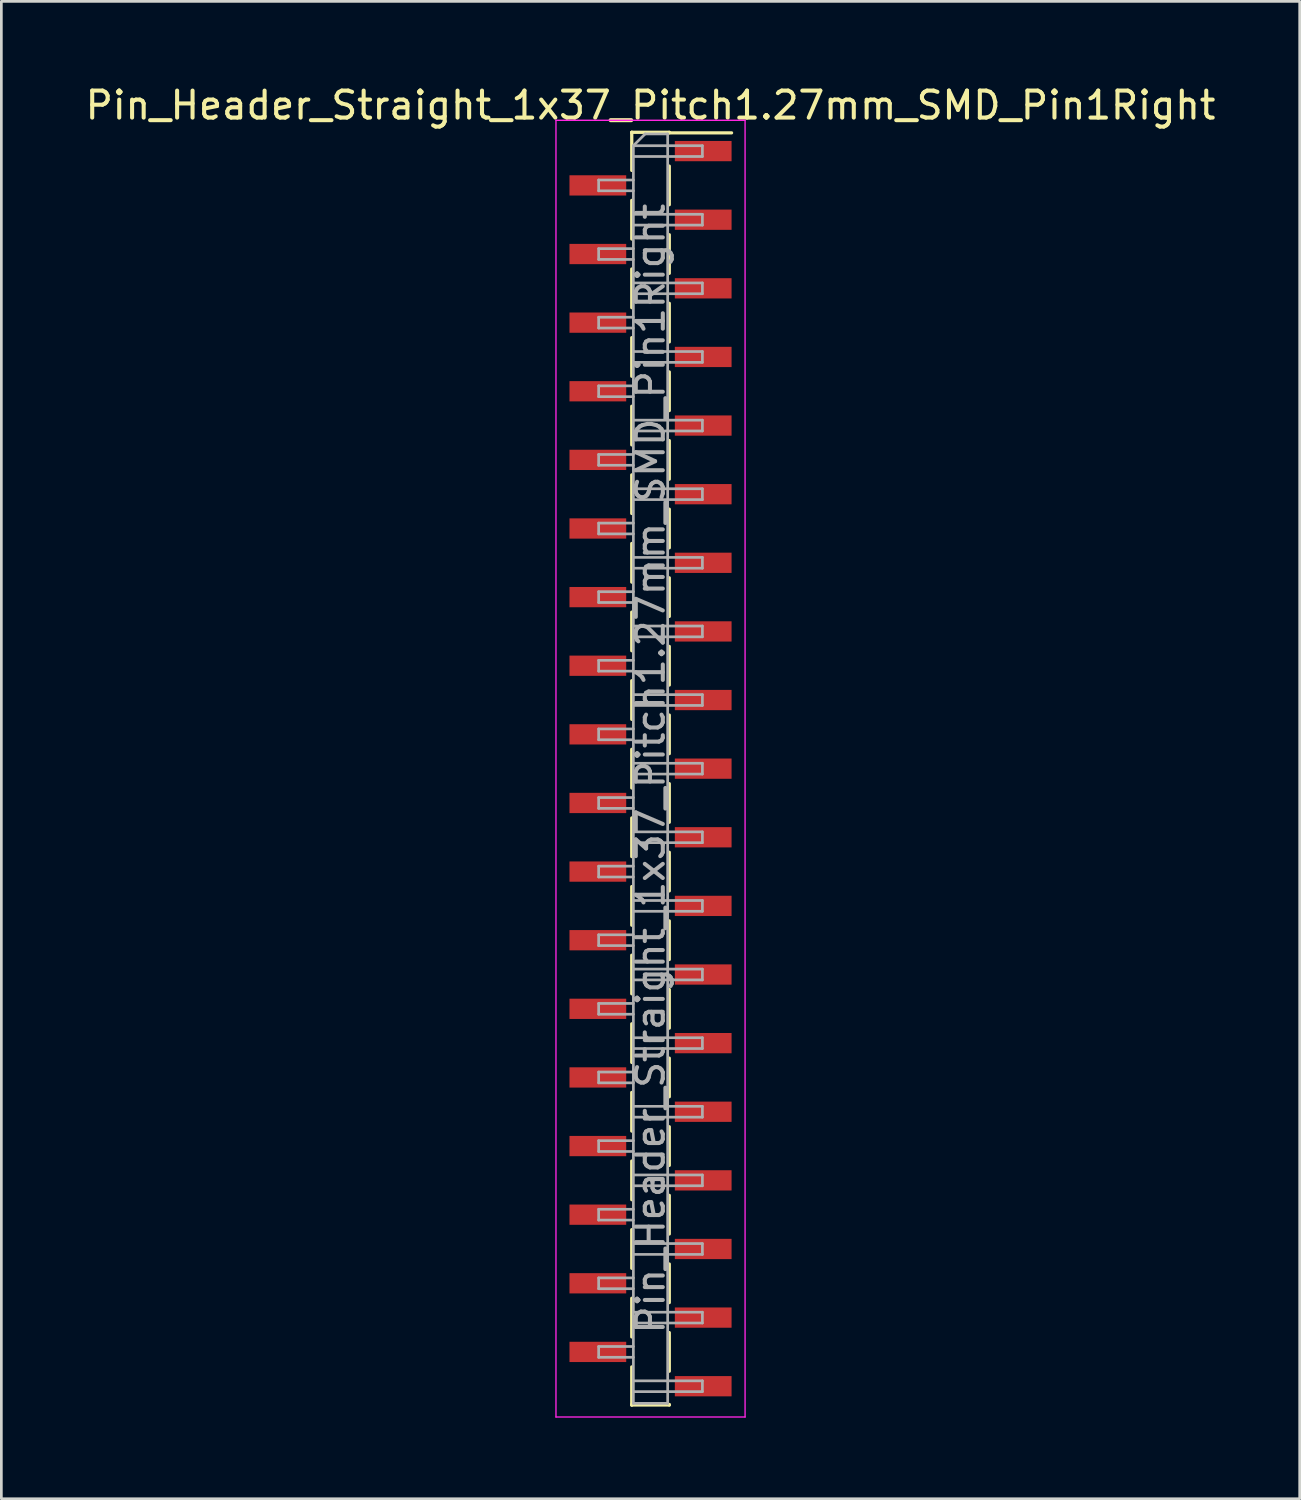
<source format=kicad_pcb>
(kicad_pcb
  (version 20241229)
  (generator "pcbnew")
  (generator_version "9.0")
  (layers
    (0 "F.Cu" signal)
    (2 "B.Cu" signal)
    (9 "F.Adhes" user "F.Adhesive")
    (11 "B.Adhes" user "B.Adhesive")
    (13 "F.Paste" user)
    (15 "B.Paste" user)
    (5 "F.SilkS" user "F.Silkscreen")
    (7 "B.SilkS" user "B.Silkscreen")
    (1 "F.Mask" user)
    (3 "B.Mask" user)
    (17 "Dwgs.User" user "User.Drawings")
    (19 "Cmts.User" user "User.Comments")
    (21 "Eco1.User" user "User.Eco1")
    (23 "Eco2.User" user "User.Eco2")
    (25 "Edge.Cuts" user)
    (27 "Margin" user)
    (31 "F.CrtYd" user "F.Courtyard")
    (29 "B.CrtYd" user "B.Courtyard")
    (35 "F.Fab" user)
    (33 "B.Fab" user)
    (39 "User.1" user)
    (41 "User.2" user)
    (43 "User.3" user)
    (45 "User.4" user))
  (footprint "Pin_Header_Straight_1x37_Pitch1.27mm_SMD_Pin1Right"
    (layer "F.Cu")
    (at 21.03 25.403)
    (property "Reference" "Pin_Header_Straight_1x37_Pitch1.27mm_SMD_Pin1Right" (at 0 -24.555 0) (layer "F.SilkS") (effects (font (size 1 1) (thickness 0.15))))
    (attr smd)
    (fp_line (start -0.695 -23.555) (end -0.695 -22.145) (stroke (width 0.12) (type solid)) (layer "F.SilkS"))
    (fp_line (start -0.695 -23.555) (end 0.695 -23.555) (stroke (width 0.12) (type solid)) (layer "F.SilkS"))
    (fp_line (start -0.695 -23.535) (end -0.695 -23.555) (stroke (width 0.12) (type solid)) (layer "F.SilkS"))
    (fp_line (start -0.695 -21.035) (end -0.695 -19.605) (stroke (width 0.12) (type solid)) (layer "F.SilkS"))
    (fp_line (start -0.695 -18.495) (end -0.695 -17.065) (stroke (width 0.12) (type solid)) (layer "F.SilkS"))
    (fp_line (start -0.695 -15.955) (end -0.695 -14.525) (stroke (width 0.12) (type solid)) (layer "F.SilkS"))
    (fp_line (start -0.695 -13.415) (end -0.695 -11.985) (stroke (width 0.12) (type solid)) (layer "F.SilkS"))
    (fp_line (start -0.695 -10.875) (end -0.695 -9.445) (stroke (width 0.12) (type solid)) (layer "F.SilkS"))
    (fp_line (start -0.695 -8.335) (end -0.695 -6.905) (stroke (width 0.12) (type solid)) (layer "F.SilkS"))
    (fp_line (start -0.695 -5.795) (end -0.695 -4.365) (stroke (width 0.12) (type solid)) (layer "F.SilkS"))
    (fp_line (start -0.695 -3.255) (end -0.695 -1.825) (stroke (width 0.12) (type solid)) (layer "F.SilkS"))
    (fp_line (start -0.695 -0.715) (end -0.695 0.715) (stroke (width 0.12) (type solid)) (layer "F.SilkS"))
    (fp_line (start -0.695 1.825) (end -0.695 3.255) (stroke (width 0.12) (type solid)) (layer "F.SilkS"))
    (fp_line (start -0.695 4.365) (end -0.695 5.795) (stroke (width 0.12) (type solid)) (layer "F.SilkS"))
    (fp_line (start -0.695 6.905) (end -0.695 8.335) (stroke (width 0.12) (type solid)) (layer "F.SilkS"))
    (fp_line (start -0.695 9.445) (end -0.695 10.875) (stroke (width 0.12) (type solid)) (layer "F.SilkS"))
    (fp_line (start -0.695 11.985) (end -0.695 13.415) (stroke (width 0.12) (type solid)) (layer "F.SilkS"))
    (fp_line (start -0.695 14.525) (end -0.695 15.955) (stroke (width 0.12) (type solid)) (layer "F.SilkS"))
    (fp_line (start -0.695 17.065) (end -0.695 18.495) (stroke (width 0.12) (type solid)) (layer "F.SilkS"))
    (fp_line (start -0.695 19.605) (end -0.695 21.035) (stroke (width 0.12) (type solid)) (layer "F.SilkS"))
    (fp_line (start -0.695 22.145) (end -0.695 23.555) (stroke (width 0.12) (type solid)) (layer "F.SilkS"))
    (fp_line (start -0.695 23.535) (end -0.695 23.555) (stroke (width 0.12) (type solid)) (layer "F.SilkS"))
    (fp_line (start -0.695 23.555) (end 0.695 23.555) (stroke (width 0.12) (type solid)) (layer "F.SilkS"))
    (fp_line (start 0.695 -23.555) (end 0.695 -23.535) (stroke (width 0.12) (type solid)) (layer "F.SilkS"))
    (fp_line (start 0.695 -23.535) (end 3 -23.535) (stroke (width 0.12) (type solid)) (layer "F.SilkS"))
    (fp_line (start 0.695 -22.305) (end 0.695 -20.875) (stroke (width 0.12) (type solid)) (layer "F.SilkS"))
    (fp_line (start 0.695 -19.765) (end 0.695 -18.335) (stroke (width 0.12) (type solid)) (layer "F.SilkS"))
    (fp_line (start 0.695 -17.225) (end 0.695 -15.795) (stroke (width 0.12) (type solid)) (layer "F.SilkS"))
    (fp_line (start 0.695 -14.685) (end 0.695 -13.255) (stroke (width 0.12) (type solid)) (layer "F.SilkS"))
    (fp_line (start 0.695 -12.145) (end 0.695 -10.715) (stroke (width 0.12) (type solid)) (layer "F.SilkS"))
    (fp_line (start 0.695 -9.605) (end 0.695 -8.175) (stroke (width 0.12) (type solid)) (layer "F.SilkS"))
    (fp_line (start 0.695 -7.065) (end 0.695 -5.635) (stroke (width 0.12) (type solid)) (layer "F.SilkS"))
    (fp_line (start 0.695 -4.525) (end 0.695 -3.095) (stroke (width 0.12) (type solid)) (layer "F.SilkS"))
    (fp_line (start 0.695 -1.985) (end 0.695 -0.555) (stroke (width 0.12) (type solid)) (layer "F.SilkS"))
    (fp_line (start 0.695 0.555) (end 0.695 1.985) (stroke (width 0.12) (type solid)) (layer "F.SilkS"))
    (fp_line (start 0.695 3.095) (end 0.695 4.525) (stroke (width 0.12) (type solid)) (layer "F.SilkS"))
    (fp_line (start 0.695 5.635) (end 0.695 7.065) (stroke (width 0.12) (type solid)) (layer "F.SilkS"))
    (fp_line (start 0.695 8.175) (end 0.695 9.605) (stroke (width 0.12) (type solid)) (layer "F.SilkS"))
    (fp_line (start 0.695 10.715) (end 0.695 12.145) (stroke (width 0.12) (type solid)) (layer "F.SilkS"))
    (fp_line (start 0.695 13.255) (end 0.695 14.685) (stroke (width 0.12) (type solid)) (layer "F.SilkS"))
    (fp_line (start 0.695 15.795) (end 0.695 17.225) (stroke (width 0.12) (type solid)) (layer "F.SilkS"))
    (fp_line (start 0.695 18.335) (end 0.695 19.765) (stroke (width 0.12) (type solid)) (layer "F.SilkS"))
    (fp_line (start 0.695 20.875) (end 0.695 22.305) (stroke (width 0.12) (type solid)) (layer "F.SilkS"))
    (fp_line (start 0.695 23.555) (end 0.695 23.535) (stroke (width 0.12) (type solid)) (layer "F.SilkS"))
    (fp_line (start -3.5 -24) (end -3.5 24) (stroke (width 0.05) (type solid)) (layer "F.CrtYd"))
    (fp_line (start -3.5 24) (end 3.5 24) (stroke (width 0.05) (type solid)) (layer "F.CrtYd"))
    (fp_line (start 3.5 -24) (end -3.5 -24) (stroke (width 0.05) (type solid)) (layer "F.CrtYd"))
    (fp_line (start 3.5 24) (end 3.5 -24) (stroke (width 0.05) (type solid)) (layer "F.CrtYd"))
    (fp_line (start -1.92 -21.79) (end -1.92 -21.39) (stroke (width 0.1) (type solid)) (layer "F.Fab"))
    (fp_line (start -1.92 -21.39) (end -0.635 -21.39) (stroke (width 0.1) (type solid)) (layer "F.Fab"))
    (fp_line (start -1.92 -19.25) (end -1.92 -18.85) (stroke (width 0.1) (type solid)) (layer "F.Fab"))
    (fp_line (start -1.92 -18.85) (end -0.635 -18.85) (stroke (width 0.1) (type solid)) (layer "F.Fab"))
    (fp_line (start -1.92 -16.71) (end -1.92 -16.31) (stroke (width 0.1) (type solid)) (layer "F.Fab"))
    (fp_line (start -1.92 -16.31) (end -0.635 -16.31) (stroke (width 0.1) (type solid)) (layer "F.Fab"))
    (fp_line (start -1.92 -14.17) (end -1.92 -13.77) (stroke (width 0.1) (type solid)) (layer "F.Fab"))
    (fp_line (start -1.92 -13.77) (end -0.635 -13.77) (stroke (width 0.1) (type solid)) (layer "F.Fab"))
    (fp_line (start -1.92 -11.63) (end -1.92 -11.23) (stroke (width 0.1) (type solid)) (layer "F.Fab"))
    (fp_line (start -1.92 -11.23) (end -0.635 -11.23) (stroke (width 0.1) (type solid)) (layer "F.Fab"))
    (fp_line (start -1.92 -9.09) (end -1.92 -8.69) (stroke (width 0.1) (type solid)) (layer "F.Fab"))
    (fp_line (start -1.92 -8.69) (end -0.635 -8.69) (stroke (width 0.1) (type solid)) (layer "F.Fab"))
    (fp_line (start -1.92 -6.55) (end -1.92 -6.15) (stroke (width 0.1) (type solid)) (layer "F.Fab"))
    (fp_line (start -1.92 -6.15) (end -0.635 -6.15) (stroke (width 0.1) (type solid)) (layer "F.Fab"))
    (fp_line (start -1.92 -4.01) (end -1.92 -3.61) (stroke (width 0.1) (type solid)) (layer "F.Fab"))
    (fp_line (start -1.92 -3.61) (end -0.635 -3.61) (stroke (width 0.1) (type solid)) (layer "F.Fab"))
    (fp_line (start -1.92 -1.47) (end -1.92 -1.07) (stroke (width 0.1) (type solid)) (layer "F.Fab"))
    (fp_line (start -1.92 -1.07) (end -0.635 -1.07) (stroke (width 0.1) (type solid)) (layer "F.Fab"))
    (fp_line (start -1.92 1.07) (end -1.92 1.47) (stroke (width 0.1) (type solid)) (layer "F.Fab"))
    (fp_line (start -1.92 1.47) (end -0.635 1.47) (stroke (width 0.1) (type solid)) (layer "F.Fab"))
    (fp_line (start -1.92 3.61) (end -1.92 4.01) (stroke (width 0.1) (type solid)) (layer "F.Fab"))
    (fp_line (start -1.92 4.01) (end -0.635 4.01) (stroke (width 0.1) (type solid)) (layer "F.Fab"))
    (fp_line (start -1.92 6.15) (end -1.92 6.55) (stroke (width 0.1) (type solid)) (layer "F.Fab"))
    (fp_line (start -1.92 6.55) (end -0.635 6.55) (stroke (width 0.1) (type solid)) (layer "F.Fab"))
    (fp_line (start -1.92 8.69) (end -1.92 9.09) (stroke (width 0.1) (type solid)) (layer "F.Fab"))
    (fp_line (start -1.92 9.09) (end -0.635 9.09) (stroke (width 0.1) (type solid)) (layer "F.Fab"))
    (fp_line (start -1.92 11.23) (end -1.92 11.63) (stroke (width 0.1) (type solid)) (layer "F.Fab"))
    (fp_line (start -1.92 11.63) (end -0.635 11.63) (stroke (width 0.1) (type solid)) (layer "F.Fab"))
    (fp_line (start -1.92 13.77) (end -1.92 14.17) (stroke (width 0.1) (type solid)) (layer "F.Fab"))
    (fp_line (start -1.92 14.17) (end -0.635 14.17) (stroke (width 0.1) (type solid)) (layer "F.Fab"))
    (fp_line (start -1.92 16.31) (end -1.92 16.71) (stroke (width 0.1) (type solid)) (layer "F.Fab"))
    (fp_line (start -1.92 16.71) (end -0.635 16.71) (stroke (width 0.1) (type solid)) (layer "F.Fab"))
    (fp_line (start -1.92 18.85) (end -1.92 19.25) (stroke (width 0.1) (type solid)) (layer "F.Fab"))
    (fp_line (start -1.92 19.25) (end -0.635 19.25) (stroke (width 0.1) (type solid)) (layer "F.Fab"))
    (fp_line (start -1.92 21.39) (end -1.92 21.79) (stroke (width 0.1) (type solid)) (layer "F.Fab"))
    (fp_line (start -1.92 21.79) (end -0.635 21.79) (stroke (width 0.1) (type solid)) (layer "F.Fab"))
    (fp_line (start -0.635 -23.06) (end -0.2 -23.495) (stroke (width 0.1) (type solid)) (layer "F.Fab"))
    (fp_line (start -0.635 -23.06) (end 1.92 -23.06) (stroke (width 0.1) (type solid)) (layer "F.Fab"))
    (fp_line (start -0.635 -21.79) (end -1.92 -21.79) (stroke (width 0.1) (type solid)) (layer "F.Fab"))
    (fp_line (start -0.635 -20.52) (end 1.92 -20.52) (stroke (width 0.1) (type solid)) (layer "F.Fab"))
    (fp_line (start -0.635 -19.25) (end -1.92 -19.25) (stroke (width 0.1) (type solid)) (layer "F.Fab"))
    (fp_line (start -0.635 -17.98) (end 1.92 -17.98) (stroke (width 0.1) (type solid)) (layer "F.Fab"))
    (fp_line (start -0.635 -16.71) (end -1.92 -16.71) (stroke (width 0.1) (type solid)) (layer "F.Fab"))
    (fp_line (start -0.635 -15.44) (end 1.92 -15.44) (stroke (width 0.1) (type solid)) (layer "F.Fab"))
    (fp_line (start -0.635 -14.17) (end -1.92 -14.17) (stroke (width 0.1) (type solid)) (layer "F.Fab"))
    (fp_line (start -0.635 -12.9) (end 1.92 -12.9) (stroke (width 0.1) (type solid)) (layer "F.Fab"))
    (fp_line (start -0.635 -11.63) (end -1.92 -11.63) (stroke (width 0.1) (type solid)) (layer "F.Fab"))
    (fp_line (start -0.635 -10.36) (end 1.92 -10.36) (stroke (width 0.1) (type solid)) (layer "F.Fab"))
    (fp_line (start -0.635 -9.09) (end -1.92 -9.09) (stroke (width 0.1) (type solid)) (layer "F.Fab"))
    (fp_line (start -0.635 -7.82) (end 1.92 -7.82) (stroke (width 0.1) (type solid)) (layer "F.Fab"))
    (fp_line (start -0.635 -6.55) (end -1.92 -6.55) (stroke (width 0.1) (type solid)) (layer "F.Fab"))
    (fp_line (start -0.635 -5.28) (end 1.92 -5.28) (stroke (width 0.1) (type solid)) (layer "F.Fab"))
    (fp_line (start -0.635 -4.01) (end -1.92 -4.01) (stroke (width 0.1) (type solid)) (layer "F.Fab"))
    (fp_line (start -0.635 -2.74) (end 1.92 -2.74) (stroke (width 0.1) (type solid)) (layer "F.Fab"))
    (fp_line (start -0.635 -1.47) (end -1.92 -1.47) (stroke (width 0.1) (type solid)) (layer "F.Fab"))
    (fp_line (start -0.635 -0.2) (end 1.92 -0.2) (stroke (width 0.1) (type solid)) (layer "F.Fab"))
    (fp_line (start -0.635 1.07) (end -1.92 1.07) (stroke (width 0.1) (type solid)) (layer "F.Fab"))
    (fp_line (start -0.635 2.34) (end 1.92 2.34) (stroke (width 0.1) (type solid)) (layer "F.Fab"))
    (fp_line (start -0.635 3.61) (end -1.92 3.61) (stroke (width 0.1) (type solid)) (layer "F.Fab"))
    (fp_line (start -0.635 4.88) (end 1.92 4.88) (stroke (width 0.1) (type solid)) (layer "F.Fab"))
    (fp_line (start -0.635 6.15) (end -1.92 6.15) (stroke (width 0.1) (type solid)) (layer "F.Fab"))
    (fp_line (start -0.635 7.42) (end 1.92 7.42) (stroke (width 0.1) (type solid)) (layer "F.Fab"))
    (fp_line (start -0.635 8.69) (end -1.92 8.69) (stroke (width 0.1) (type solid)) (layer "F.Fab"))
    (fp_line (start -0.635 9.96) (end 1.92 9.96) (stroke (width 0.1) (type solid)) (layer "F.Fab"))
    (fp_line (start -0.635 11.23) (end -1.92 11.23) (stroke (width 0.1) (type solid)) (layer "F.Fab"))
    (fp_line (start -0.635 12.5) (end 1.92 12.5) (stroke (width 0.1) (type solid)) (layer "F.Fab"))
    (fp_line (start -0.635 13.77) (end -1.92 13.77) (stroke (width 0.1) (type solid)) (layer "F.Fab"))
    (fp_line (start -0.635 15.04) (end 1.92 15.04) (stroke (width 0.1) (type solid)) (layer "F.Fab"))
    (fp_line (start -0.635 16.31) (end -1.92 16.31) (stroke (width 0.1) (type solid)) (layer "F.Fab"))
    (fp_line (start -0.635 17.58) (end 1.92 17.58) (stroke (width 0.1) (type solid)) (layer "F.Fab"))
    (fp_line (start -0.635 18.85) (end -1.92 18.85) (stroke (width 0.1) (type solid)) (layer "F.Fab"))
    (fp_line (start -0.635 20.12) (end 1.92 20.12) (stroke (width 0.1) (type solid)) (layer "F.Fab"))
    (fp_line (start -0.635 21.39) (end -1.92 21.39) (stroke (width 0.1) (type solid)) (layer "F.Fab"))
    (fp_line (start -0.635 22.66) (end 1.92 22.66) (stroke (width 0.1) (type solid)) (layer "F.Fab"))
    (fp_line (start -0.635 23.495) (end -0.635 -23.06) (stroke (width 0.1) (type solid)) (layer "F.Fab"))
    (fp_line (start -0.2 -23.495) (end 0.635 -23.495) (stroke (width 0.1) (type solid)) (layer "F.Fab"))
    (fp_line (start 0.635 -23.495) (end 0.635 23.495) (stroke (width 0.1) (type solid)) (layer "F.Fab"))
    (fp_line (start 0.635 23.495) (end -0.635 23.495) (stroke (width 0.1) (type solid)) (layer "F.Fab"))
    (fp_line (start 1.92 -23.06) (end 1.92 -22.66) (stroke (width 0.1) (type solid)) (layer "F.Fab"))
    (fp_line (start 1.92 -22.66) (end -0.635 -22.66) (stroke (width 0.1) (type solid)) (layer "F.Fab"))
    (fp_line (start 1.92 -20.52) (end 1.92 -20.12) (stroke (width 0.1) (type solid)) (layer "F.Fab"))
    (fp_line (start 1.92 -20.12) (end -0.635 -20.12) (stroke (width 0.1) (type solid)) (layer "F.Fab"))
    (fp_line (start 1.92 -17.98) (end 1.92 -17.58) (stroke (width 0.1) (type solid)) (layer "F.Fab"))
    (fp_line (start 1.92 -17.58) (end -0.635 -17.58) (stroke (width 0.1) (type solid)) (layer "F.Fab"))
    (fp_line (start 1.92 -15.44) (end 1.92 -15.04) (stroke (width 0.1) (type solid)) (layer "F.Fab"))
    (fp_line (start 1.92 -15.04) (end -0.635 -15.04) (stroke (width 0.1) (type solid)) (layer "F.Fab"))
    (fp_line (start 1.92 -12.9) (end 1.92 -12.5) (stroke (width 0.1) (type solid)) (layer "F.Fab"))
    (fp_line (start 1.92 -12.5) (end -0.635 -12.5) (stroke (width 0.1) (type solid)) (layer "F.Fab"))
    (fp_line (start 1.92 -10.36) (end 1.92 -9.96) (stroke (width 0.1) (type solid)) (layer "F.Fab"))
    (fp_line (start 1.92 -9.96) (end -0.635 -9.96) (stroke (width 0.1) (type solid)) (layer "F.Fab"))
    (fp_line (start 1.92 -7.82) (end 1.92 -7.42) (stroke (width 0.1) (type solid)) (layer "F.Fab"))
    (fp_line (start 1.92 -7.42) (end -0.635 -7.42) (stroke (width 0.1) (type solid)) (layer "F.Fab"))
    (fp_line (start 1.92 -5.28) (end 1.92 -4.88) (stroke (width 0.1) (type solid)) (layer "F.Fab"))
    (fp_line (start 1.92 -4.88) (end -0.635 -4.88) (stroke (width 0.1) (type solid)) (layer "F.Fab"))
    (fp_line (start 1.92 -2.74) (end 1.92 -2.34) (stroke (width 0.1) (type solid)) (layer "F.Fab"))
    (fp_line (start 1.92 -2.34) (end -0.635 -2.34) (stroke (width 0.1) (type solid)) (layer "F.Fab"))
    (fp_line (start 1.92 -0.2) (end 1.92 0.2) (stroke (width 0.1) (type solid)) (layer "F.Fab"))
    (fp_line (start 1.92 0.2) (end -0.635 0.2) (stroke (width 0.1) (type solid)) (layer "F.Fab"))
    (fp_line (start 1.92 2.34) (end 1.92 2.74) (stroke (width 0.1) (type solid)) (layer "F.Fab"))
    (fp_line (start 1.92 2.74) (end -0.635 2.74) (stroke (width 0.1) (type solid)) (layer "F.Fab"))
    (fp_line (start 1.92 4.88) (end 1.92 5.28) (stroke (width 0.1) (type solid)) (layer "F.Fab"))
    (fp_line (start 1.92 5.28) (end -0.635 5.28) (stroke (width 0.1) (type solid)) (layer "F.Fab"))
    (fp_line (start 1.92 7.42) (end 1.92 7.82) (stroke (width 0.1) (type solid)) (layer "F.Fab"))
    (fp_line (start 1.92 7.82) (end -0.635 7.82) (stroke (width 0.1) (type solid)) (layer "F.Fab"))
    (fp_line (start 1.92 9.96) (end 1.92 10.36) (stroke (width 0.1) (type solid)) (layer "F.Fab"))
    (fp_line (start 1.92 10.36) (end -0.635 10.36) (stroke (width 0.1) (type solid)) (layer "F.Fab"))
    (fp_line (start 1.92 12.5) (end 1.92 12.9) (stroke (width 0.1) (type solid)) (layer "F.Fab"))
    (fp_line (start 1.92 12.9) (end -0.635 12.9) (stroke (width 0.1) (type solid)) (layer "F.Fab"))
    (fp_line (start 1.92 15.04) (end 1.92 15.44) (stroke (width 0.1) (type solid)) (layer "F.Fab"))
    (fp_line (start 1.92 15.44) (end -0.635 15.44) (stroke (width 0.1) (type solid)) (layer "F.Fab"))
    (fp_line (start 1.92 17.58) (end 1.92 17.98) (stroke (width 0.1) (type solid)) (layer "F.Fab"))
    (fp_line (start 1.92 17.98) (end -0.635 17.98) (stroke (width 0.1) (type solid)) (layer "F.Fab"))
    (fp_line (start 1.92 20.12) (end 1.92 20.52) (stroke (width 0.1) (type solid)) (layer "F.Fab"))
    (fp_line (start 1.92 20.52) (end -0.635 20.52) (stroke (width 0.1) (type solid)) (layer "F.Fab"))
    (fp_line (start 1.92 22.66) (end 1.92 23.06) (stroke (width 0.1) (type solid)) (layer "F.Fab"))
    (fp_line (start 1.92 23.06) (end -0.635 23.06) (stroke (width 0.1) (type solid)) (layer "F.Fab"))
    (fp_text user "${REFERENCE}" (at 0 0 90) (layer "F.Fab") (effects (font (size 1 1) (thickness 0.15))))
    (pad "1" smd rect (at 1.95 -22.86) (size 2.1 0.75) (layers "F.Cu" "F.Mask"))
    (pad "2" smd rect (at -1.95 -21.59) (size 2.1 0.75) (layers "F.Cu" "F.Mask"))
    (pad "3" smd rect (at 1.95 -20.32) (size 2.1 0.75) (layers "F.Cu" "F.Mask"))
    (pad "4" smd rect (at -1.95 -19.05) (size 2.1 0.75) (layers "F.Cu" "F.Mask"))
    (pad "5" smd rect (at 1.95 -17.78) (size 2.1 0.75) (layers "F.Cu" "F.Mask"))
    (pad "6" smd rect (at -1.95 -16.51) (size 2.1 0.75) (layers "F.Cu" "F.Mask"))
    (pad "7" smd rect (at 1.95 -15.24) (size 2.1 0.75) (layers "F.Cu" "F.Mask"))
    (pad "8" smd rect (at -1.95 -13.97) (size 2.1 0.75) (layers "F.Cu" "F.Mask"))
    (pad "9" smd rect (at 1.95 -12.7) (size 2.1 0.75) (layers "F.Cu" "F.Mask"))
    (pad "10" smd rect (at -1.95 -11.43) (size 2.1 0.75) (layers "F.Cu" "F.Mask"))
    (pad "11" smd rect (at 1.95 -10.16) (size 2.1 0.75) (layers "F.Cu" "F.Mask"))
    (pad "12" smd rect (at -1.95 -8.89) (size 2.1 0.75) (layers "F.Cu" "F.Mask"))
    (pad "13" smd rect (at 1.95 -7.62) (size 2.1 0.75) (layers "F.Cu" "F.Mask"))
    (pad "14" smd rect (at -1.95 -6.35) (size 2.1 0.75) (layers "F.Cu" "F.Mask"))
    (pad "15" smd rect (at 1.95 -5.08) (size 2.1 0.75) (layers "F.Cu" "F.Mask"))
    (pad "16" smd rect (at -1.95 -3.81) (size 2.1 0.75) (layers "F.Cu" "F.Mask"))
    (pad "17" smd rect (at 1.95 -2.54) (size 2.1 0.75) (layers "F.Cu" "F.Mask"))
    (pad "18" smd rect (at -1.95 -1.27) (size 2.1 0.75) (layers "F.Cu" "F.Mask"))
    (pad "19" smd rect (at 1.95 0) (size 2.1 0.75) (layers "F.Cu" "F.Mask"))
    (pad "20" smd rect (at -1.95 1.27) (size 2.1 0.75) (layers "F.Cu" "F.Mask"))
    (pad "21" smd rect (at 1.95 2.54) (size 2.1 0.75) (layers "F.Cu" "F.Mask"))
    (pad "22" smd rect (at -1.95 3.81) (size 2.1 0.75) (layers "F.Cu" "F.Mask"))
    (pad "23" smd rect (at 1.95 5.08) (size 2.1 0.75) (layers "F.Cu" "F.Mask"))
    (pad "24" smd rect (at -1.95 6.35) (size 2.1 0.75) (layers "F.Cu" "F.Mask"))
    (pad "25" smd rect (at 1.95 7.62) (size 2.1 0.75) (layers "F.Cu" "F.Mask"))
    (pad "26" smd rect (at -1.95 8.89) (size 2.1 0.75) (layers "F.Cu" "F.Mask"))
    (pad "27" smd rect (at 1.95 10.16) (size 2.1 0.75) (layers "F.Cu" "F.Mask"))
    (pad "28" smd rect (at -1.95 11.43) (size 2.1 0.75) (layers "F.Cu" "F.Mask"))
    (pad "29" smd rect (at 1.95 12.7) (size 2.1 0.75) (layers "F.Cu" "F.Mask"))
    (pad "30" smd rect (at -1.95 13.97) (size 2.1 0.75) (layers "F.Cu" "F.Mask"))
    (pad "31" smd rect (at 1.95 15.24) (size 2.1 0.75) (layers "F.Cu" "F.Mask"))
    (pad "32" smd rect (at -1.95 16.51) (size 2.1 0.75) (layers "F.Cu" "F.Mask"))
    (pad "33" smd rect (at 1.95 17.78) (size 2.1 0.75) (layers "F.Cu" "F.Mask"))
    (pad "34" smd rect (at -1.95 19.05) (size 2.1 0.75) (layers "F.Cu" "F.Mask"))
    (pad "35" smd rect (at 1.95 20.32) (size 2.1 0.75) (layers "F.Cu" "F.Mask"))
    (pad "36" smd rect (at -1.95 21.59) (size 2.1 0.75) (layers "F.Cu" "F.Mask"))
    (pad "37" smd rect (at 1.95 22.86) (size 2.1 0.75) (layers "F.Cu" "F.Mask")))
  (gr_rect
    (start -3 -3)
    (end 45.06 52.428)
    (stroke (width 0.1) (type default))
    (fill no)
    (layer "Edge.Cuts")))
</source>
